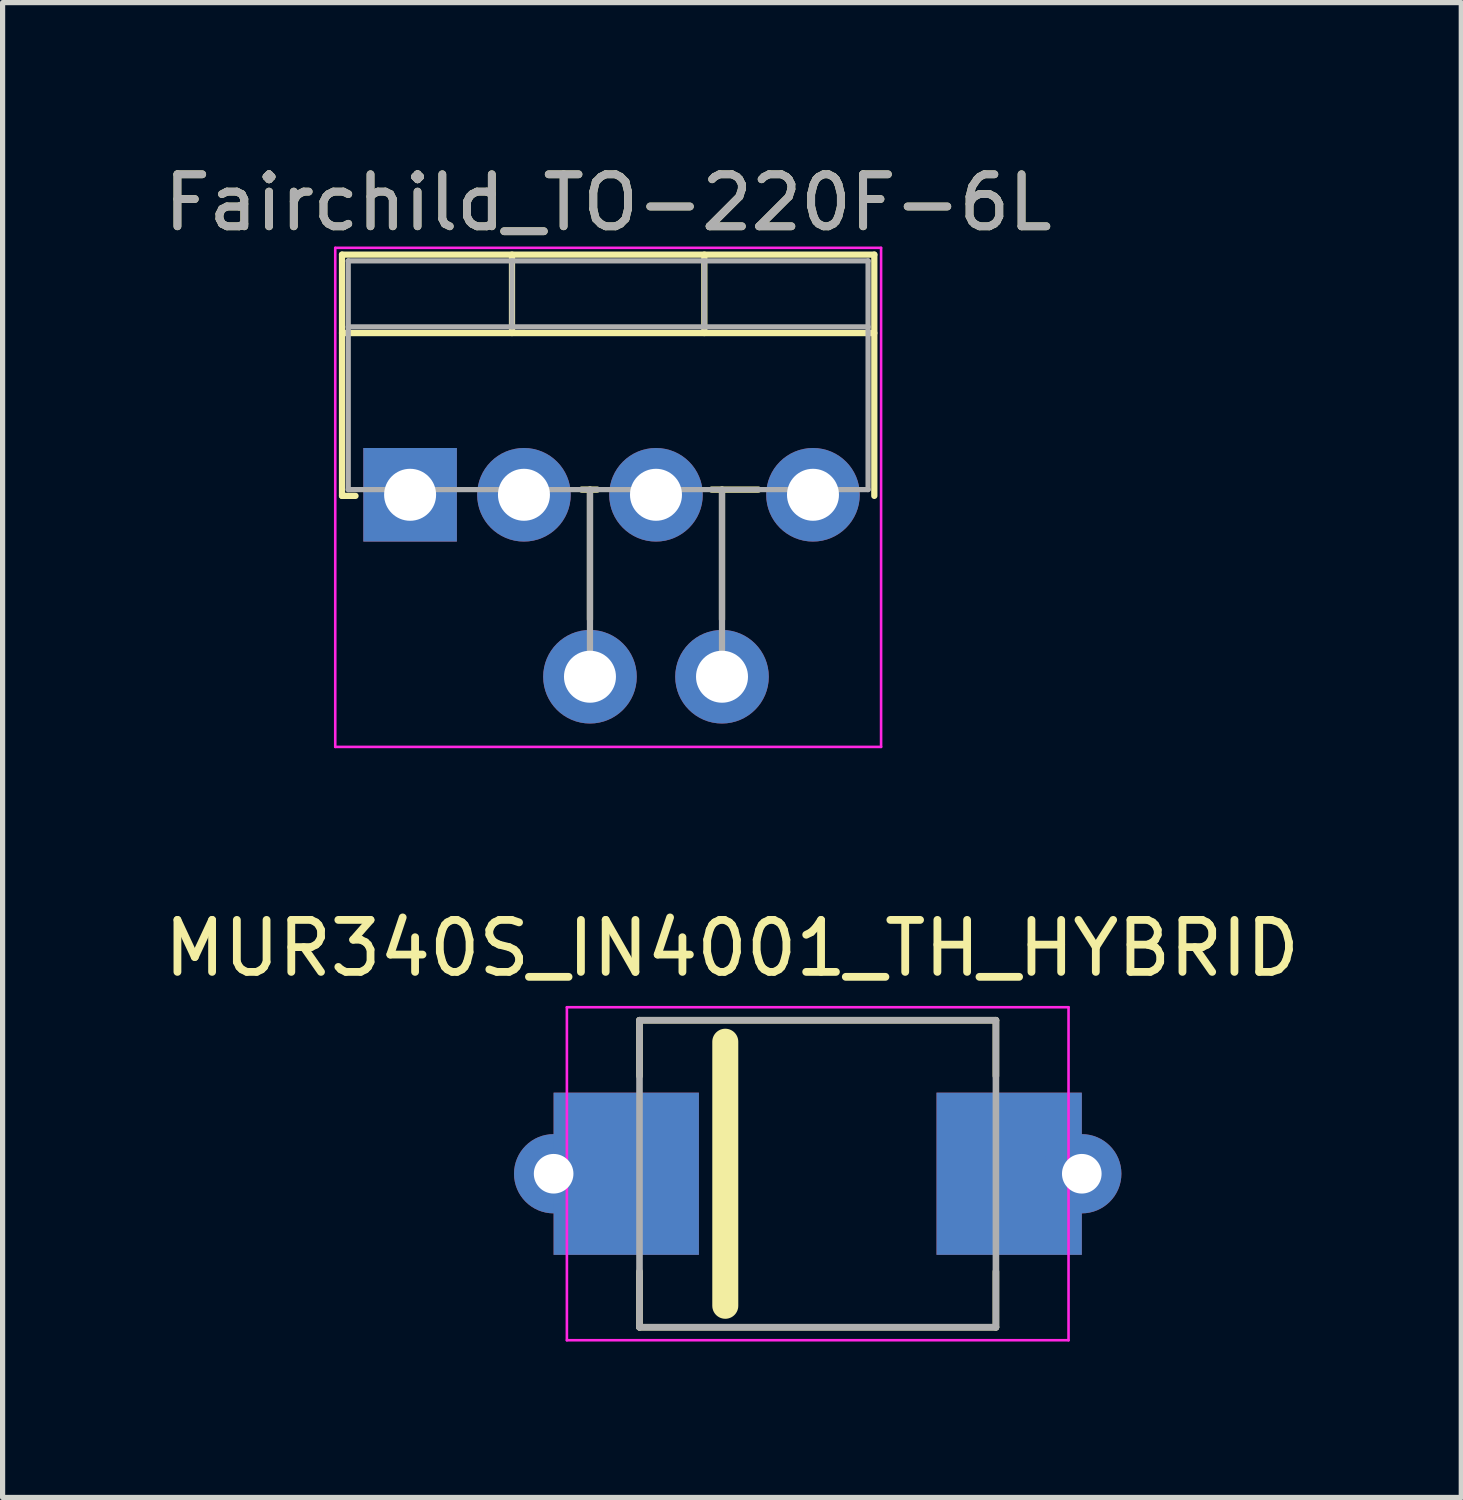
<source format=kicad_pcb>
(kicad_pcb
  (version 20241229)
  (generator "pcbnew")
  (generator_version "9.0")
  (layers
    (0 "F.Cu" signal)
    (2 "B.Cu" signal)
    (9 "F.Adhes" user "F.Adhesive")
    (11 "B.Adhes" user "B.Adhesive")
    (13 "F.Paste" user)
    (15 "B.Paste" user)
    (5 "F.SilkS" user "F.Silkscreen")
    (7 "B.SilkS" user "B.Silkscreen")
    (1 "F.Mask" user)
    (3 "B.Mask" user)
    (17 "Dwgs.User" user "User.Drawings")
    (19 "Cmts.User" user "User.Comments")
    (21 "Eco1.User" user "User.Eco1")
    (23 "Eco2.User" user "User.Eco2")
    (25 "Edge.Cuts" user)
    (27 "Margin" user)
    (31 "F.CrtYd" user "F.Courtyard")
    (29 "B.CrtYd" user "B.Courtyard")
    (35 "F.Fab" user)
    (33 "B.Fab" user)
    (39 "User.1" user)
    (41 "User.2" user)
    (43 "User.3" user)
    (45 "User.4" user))
  (footprint "MUR340S_IN4001_TH_HYBRID"
    (layer "F.Cu")
    (at 12.68 19.529)
    (property "Reference" "MUR340S_IN4001_TH_HYBRID" (at -1.65 -4.338 0) (layer "F.SilkS") (effects (font (size 1 1) (thickness 0.15))))
    (attr smd)
    (fp_line (start -3.428 -2.953) (end -3.428 -1.88) (stroke (width 0.127) (type solid)) (layer "F.SilkS"))
    (fp_line (start -3.428 2.953) (end -3.428 1.88) (stroke (width 0.127) (type solid)) (layer "F.SilkS"))
    (fp_line (start -3.428 2.953) (end 3.428 2.953) (stroke (width 0.127) (type solid)) (layer "F.SilkS"))
    (fp_line (start -1.778 -2.54) (end -1.778 2.54) (stroke (width 0.5) (type solid)) (layer "F.SilkS"))
    (fp_line (start 3.428 -2.953) (end -3.428 -2.953) (stroke (width 0.127) (type solid)) (layer "F.SilkS"))
    (fp_line (start 3.428 -1.88) (end 3.428 -2.953) (stroke (width 0.127) (type solid)) (layer "F.SilkS"))
    (fp_line (start 3.428 2.953) (end 3.428 1.88) (stroke (width 0.127) (type solid)) (layer "F.SilkS"))
    (fp_line (start -4.825 -3.203) (end -4.825 3.203) (stroke (width 0.05) (type solid)) (layer "F.CrtYd"))
    (fp_line (start -4.825 3.203) (end 4.825 3.203) (stroke (width 0.05) (type solid)) (layer "F.CrtYd"))
    (fp_line (start 4.825 -3.203) (end -4.825 -3.203) (stroke (width 0.05) (type solid)) (layer "F.CrtYd"))
    (fp_line (start 4.825 3.203) (end 4.825 -3.203) (stroke (width 0.05) (type solid)) (layer "F.CrtYd"))
    (fp_line (start -3.428 -2.953) (end -3.428 2.953) (stroke (width 0.127) (type solid)) (layer "F.Fab"))
    (fp_line (start -3.428 2.953) (end 3.428 2.953) (stroke (width 0.127) (type solid)) (layer "F.Fab"))
    (fp_line (start 3.428 -2.953) (end -3.428 -2.953) (stroke (width 0.127) (type solid)) (layer "F.Fab"))
    (fp_line (start 3.428 2.953) (end 3.428 -2.953) (stroke (width 0.127) (type solid)) (layer "F.Fab"))
    (fp_circle (center -5.25 0) (end -5.15 0) (stroke (width 0.2) (type solid)) (fill no) (layer "F.Fab"))
    (pad "A" smd rect (at 3.683 0) (size 2.795 3.12) (layers "F.Cu" "F.Mask" "F.Paste"))
    (pad "A" smd rect (at 3.683 0) (size 2.795 3.12) (layers "B.Cu" "B.Mask" "B.Paste"))
    (pad "A" thru_hole circle (at 5.08 0) (size 1.524 1.524) (drill 0.762) (layers "*.Cu" "*.Mask"))
    (pad "C" thru_hole circle (at -5.08 0) (size 1.524 1.524) (drill 0.762) (layers "*.Cu" "*.Mask"))
    (pad "C" smd rect (at -3.683 0) (size 2.795 3.12) (layers "F.Cu" "F.Mask" "F.Paste"))
    (pad "C" smd rect (at -3.683 0) (size 2.795 3.12) (layers "B.Cu" "B.Mask" "B.Paste")))
  (footprint "Fairchild_TO-220F-6L"
    (layer "F.Cu")
    (at 4.839 6.468)
    (property "Reference" "Fairchild_TO-220F-6L" (at 3.81 -5.62 0) (layer "F.SilkS") (effects (font (size 1 1) (thickness 0.15))))
    (attr through_hole)
    (fp_line (start -1.31 -4.62) (end -1.31 0.021) (stroke (width 0.12) (type solid)) (layer "F.SilkS"))
    (fp_line (start -1.31 -4.62) (end 8.93 -4.62) (stroke (width 0.12) (type solid)) (layer "F.SilkS"))
    (fp_line (start -1.31 -3.111) (end 8.93 -3.111) (stroke (width 0.12) (type solid)) (layer "F.SilkS"))
    (fp_line (start -1.31 0.021) (end -1.05 0.021) (stroke (width 0.12) (type solid)) (layer "F.SilkS"))
    (fp_line (start 1.96 -4.62) (end 1.96 -3.111) (stroke (width 0.12) (type solid)) (layer "F.SilkS"))
    (fp_line (start 3.3 -0.1) (end 3.6 -0.1) (stroke (width 0.12) (type solid)) (layer "F.SilkS"))
    (fp_line (start 3.46 2.4) (end 3.46 -0.1) (stroke (width 0.12) (type solid)) (layer "F.SilkS"))
    (fp_line (start 5.66 -4.62) (end 5.66 -3.111) (stroke (width 0.12) (type solid)) (layer "F.SilkS"))
    (fp_line (start 5.8 -0.1) (end 6.7 -0.1) (stroke (width 0.12) (type solid)) (layer "F.SilkS"))
    (fp_line (start 6 -0.1) (end 6 2.4) (stroke (width 0.12) (type solid)) (layer "F.SilkS"))
    (fp_line (start 8.93 -4.62) (end 8.93 0.021) (stroke (width 0.12) (type solid)) (layer "F.SilkS"))
    (fp_line (start -1.44 -4.75) (end -1.44 4.85) (stroke (width 0.05) (type solid)) (layer "F.CrtYd"))
    (fp_line (start -1.44 4.85) (end 9.06 4.85) (stroke (width 0.05) (type solid)) (layer "F.CrtYd"))
    (fp_line (start 9.06 -4.75) (end -1.44 -4.75) (stroke (width 0.05) (type solid)) (layer "F.CrtYd"))
    (fp_line (start 9.06 4.85) (end 9.06 -4.75) (stroke (width 0.05) (type solid)) (layer "F.CrtYd"))
    (fp_line (start -1.19 -4.5) (end -1.19 -0.1) (stroke (width 0.1) (type solid)) (layer "F.Fab"))
    (fp_line (start -1.19 -3.23) (end 8.81 -3.23) (stroke (width 0.1) (type solid)) (layer "F.Fab"))
    (fp_line (start -1.19 -0.1) (end 8.81 -0.1) (stroke (width 0.1) (type solid)) (layer "F.Fab"))
    (fp_line (start 0 -0.1) (end 0 0) (stroke (width 0.1) (type solid)) (layer "F.Fab"))
    (fp_line (start 1.96 -4.5) (end 1.96 -3.23) (stroke (width 0.1) (type solid)) (layer "F.Fab"))
    (fp_line (start 3.46 3.5) (end 3.46 -0.1) (stroke (width 0.12) (type solid)) (layer "F.Fab"))
    (fp_line (start 5.66 -4.5) (end 5.66 -3.23) (stroke (width 0.1) (type solid)) (layer "F.Fab"))
    (fp_line (start 6 3.5) (end 6 -0.1) (stroke (width 0.12) (type solid)) (layer "F.Fab"))
    (fp_line (start 8.81 -4.5) (end -1.19 -4.5) (stroke (width 0.1) (type solid)) (layer "F.Fab"))
    (fp_line (start 8.81 -0.1) (end 8.81 -4.5) (stroke (width 0.1) (type solid)) (layer "F.Fab"))
    (fp_text user "${REFERENCE}" (at 3.81 -5.62 0) (layer "F.Fab") (effects (font (size 1 1) (thickness 0.15))))
    (pad "1" thru_hole rect (at 0 0) (size 1.8 1.8) (drill 1) (layers "*.Cu" "*.Mask"))
    (pad "2" thru_hole oval (at 2.19 0) (size 1.8 1.8) (drill 1) (layers "*.Cu" "*.Mask"))
    (pad "3" thru_hole oval (at 3.46 3.5) (size 1.8 1.8) (drill 1) (layers "*.Cu" "*.Mask"))
    (pad "4" thru_hole oval (at 4.73 0) (size 1.8 1.8) (drill 1) (layers "*.Cu" "*.Mask"))
    (pad "5" thru_hole oval (at 6 3.5) (size 1.8 1.8) (drill 1) (layers "*.Cu" "*.Mask"))
    (pad "6" thru_hole oval (at 7.75 0) (size 1.8 1.8) (drill 1) (layers "*.Cu" "*.Mask")))
  (gr_rect
    (start -3 -3)
    (end 25.06 25.756)
    (stroke (width 0.1) (type default))
    (fill no)
    (layer "Edge.Cuts")))
</source>
